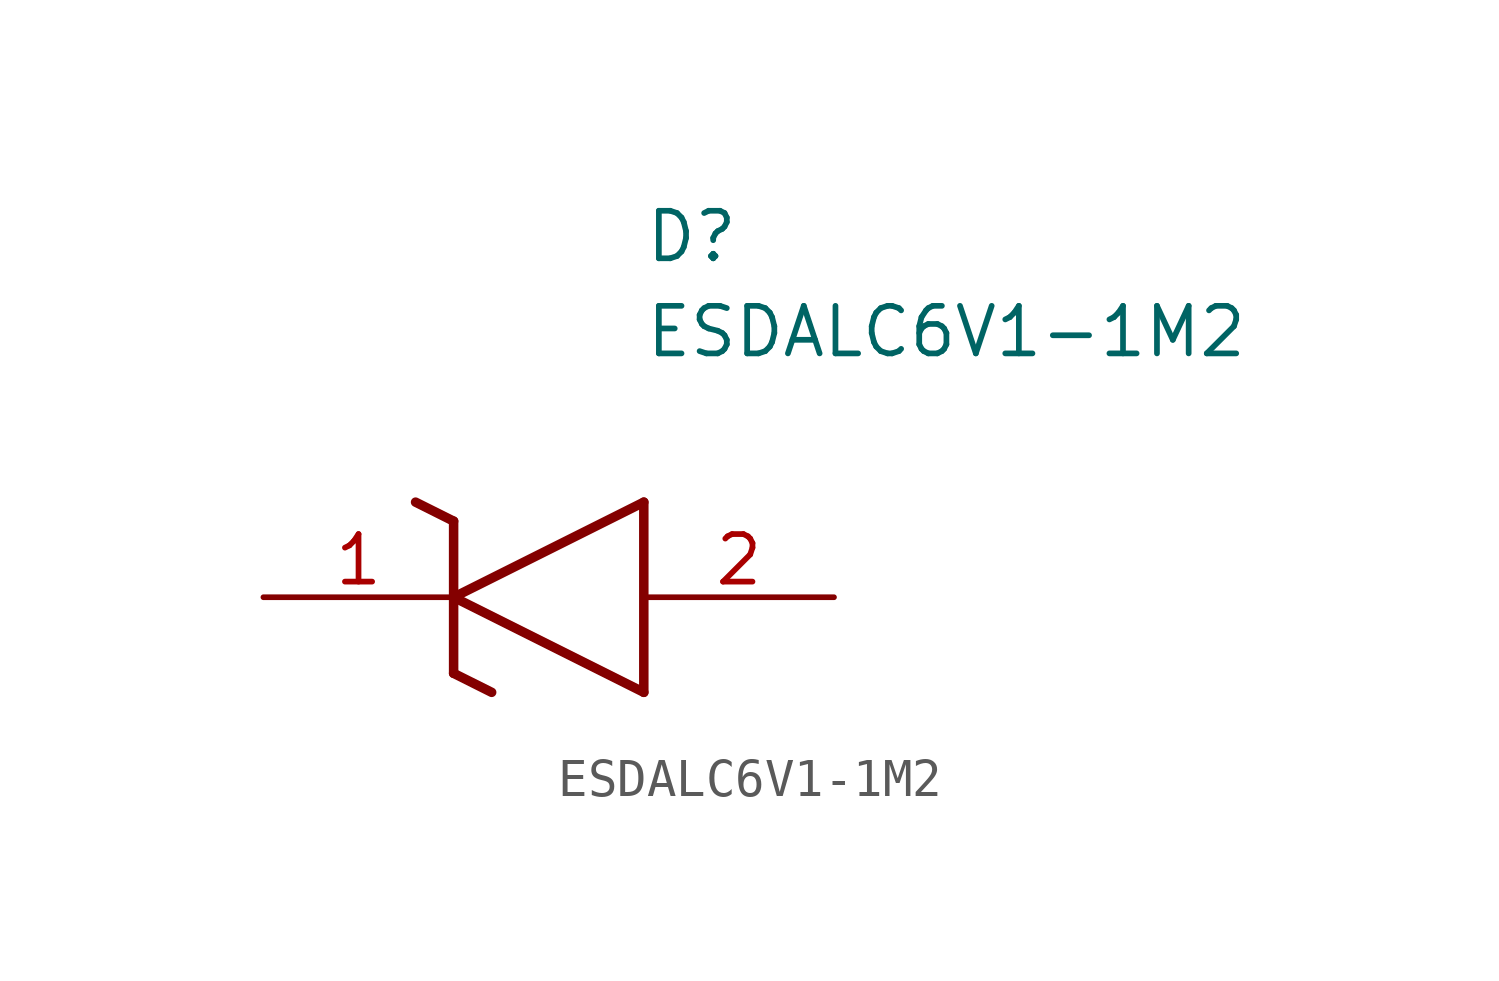
<source format=kicad_sym>
(kicad_symbol_lib
  (version 20211014)
  (generator SamacSys_ECAD_Model)
  (symbol "ESDALC6V1-1M2"
    (pin_names hide)
    (property "Reference" "D"
      (at 10.16 8.89 0)
      (effects (font (size 1.27 1.27)) (justify left bottom)))
    (property "Value" "ESDALC6V1-1M2"
      (at 10.16 6.35 0)
      (effects (font (size 1.27 1.27)) (justify left bottom)))
    (polyline
      (pts (xy 5.08 0) (xy 10.16 2.54))
      (stroke (width 0.254) (type default))
      (fill (type none)))
    (polyline
      (pts (xy 10.16 -2.54) (xy 10.16 2.54))
      (stroke (width 0.254) (type default))
      (fill (type none)))
    (polyline
      (pts (xy 10.16 -2.54) (xy 5.08 0))
      (stroke (width 0.254) (type default))
      (fill (type none)))
    (polyline
      (pts (xy 5.08 -2.032) (xy 6.096 -2.54))
      (stroke (width 0.254) (type default))
      (fill (type none)))
    (polyline
      (pts (xy 5.08 -2.032) (xy 5.08 2.032))
      (stroke (width 0.254) (type default))
      (fill (type none)))
    (polyline
      (pts (xy 4.064 2.54) (xy 5.08 2.032))
      (stroke (width 0.254) (type default))
      (fill (type none)))
    (pin passive line
      (at 0 0 0)
      (length 5.08)
      (name "K" (effects (font (size 1.27 1.27))))
      (number "1" (effects (font (size 1.27 1.27)))))
    (pin passive line
      (at 15.24 0 180)
      (length 5.08)
      (name "A" (effects (font (size 1.27 1.27))))
      (number "2" (effects (font (size 1.27 1.27)))))))
</source>
